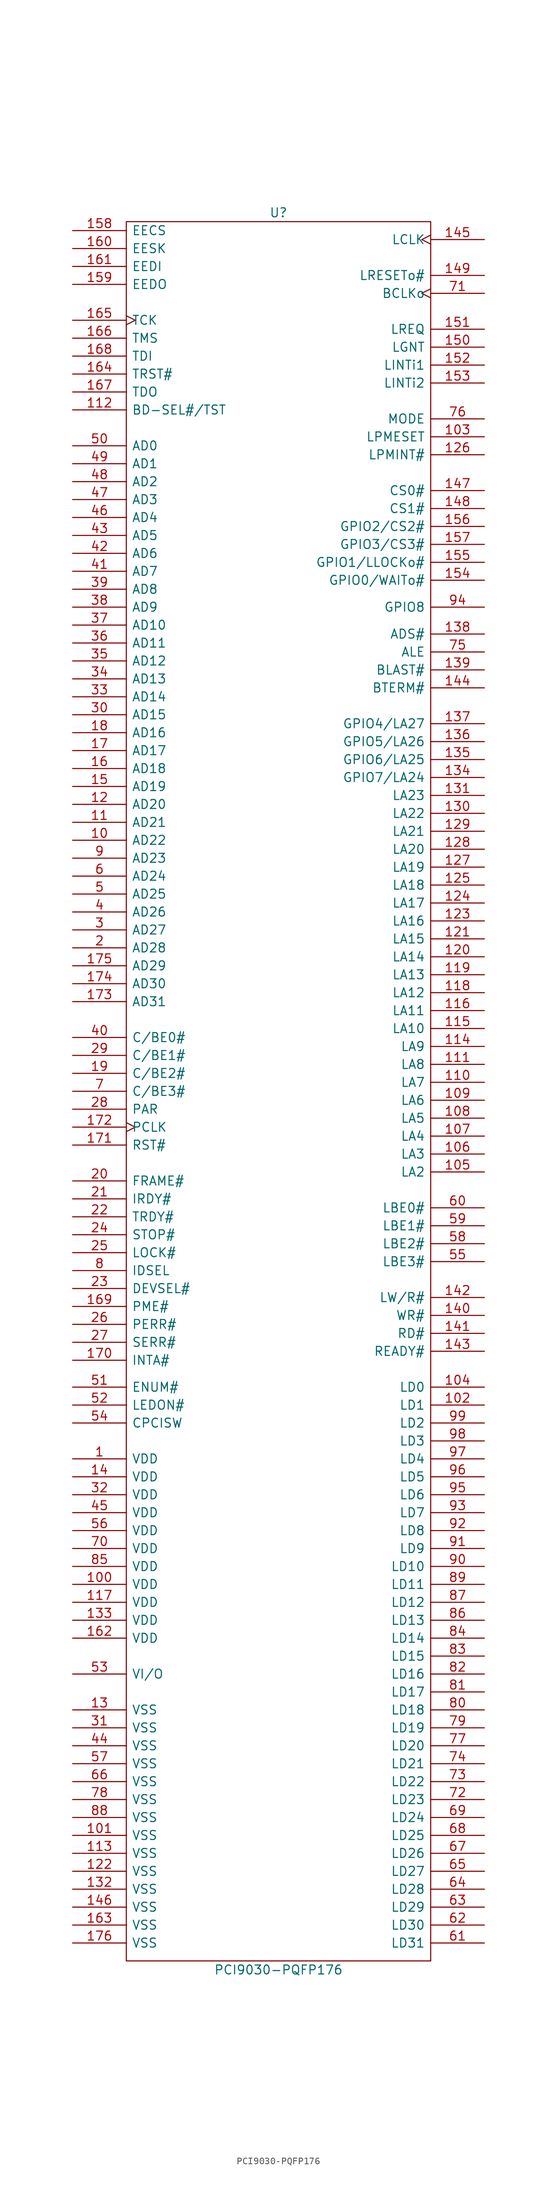
<source format=kicad_sym>
(kicad_symbol_lib
  (version 20231120)
  (generator "kicad_symbol_editor")
  (generator_version "8.0")
  (symbol "PCI9030-PQFP176"
    (pin_names
      (offset 0.762))
    (property "Reference" "U"
      (at 0 124.46 0)
      (effects (font (size 1.27 1.27))))
    (property "Value" "PCI9030-PQFP176"
      (at 0 -124.46 0)
      (effects (font (size 1.27 1.27))))
    (property "Footprint" ""
      (at 0 0 0)
      (effects (font (size 1.27 1.27))))
    (property "Datasheet" ""
      (at 0 0 0)
      (effects (font (size 1.27 1.27))))
    (symbol "PCI9030-PQFP176_0_1"
      (rectangle (start -21.59 123.19) (end 21.59 -123.19) (stroke (width 0) (type solid)) (fill (type none))))
    (symbol "PCI9030-PQFP176_1_1"
      (pin power_in line (at -29.21 -52.07 0) (length 7.62) (name "VDD" (effects (font (size 1.27 1.27)))) (number "1" (effects (font (size 1.27 1.27)))))
      (pin bidirectional line (at -29.21 35.56 0) (length 7.62) (name "AD22" (effects (font (size 1.27 1.27)))) (number "10" (effects (font (size 1.27 1.27)))))
      (pin power_in line (at -29.21 -69.85 0) (length 7.62) (name "VDD" (effects (font (size 1.27 1.27)))) (number "100" (effects (font (size 1.27 1.27)))))
      (pin power_in line (at -29.21 -105.41 0) (length 7.62) (name "VSS" (effects (font (size 1.27 1.27)))) (number "101" (effects (font (size 1.27 1.27)))))
      (pin bidirectional line (at 29.21 -44.45 180) (length 7.62) (name "LD1" (effects (font (size 1.27 1.27)))) (number "102" (effects (font (size 1.27 1.27)))))
      (pin input line (at 29.21 92.71 180) (length 7.62) (name "LPMESET" (effects (font (size 1.27 1.27)))) (number "103" (effects (font (size 1.27 1.27)))))
      (pin bidirectional line (at 29.21 -41.91 180) (length 7.62) (name "LD0" (effects (font (size 1.27 1.27)))) (number "104" (effects (font (size 1.27 1.27)))))
      (pin output line (at 29.21 -11.43 180) (length 7.62) (name "LA2" (effects (font (size 1.27 1.27)))) (number "105" (effects (font (size 1.27 1.27)))))
      (pin output line (at 29.21 -8.89 180) (length 7.62) (name "LA3" (effects (font (size 1.27 1.27)))) (number "106" (effects (font (size 1.27 1.27)))))
      (pin output line (at 29.21 -6.35 180) (length 7.62) (name "LA4" (effects (font (size 1.27 1.27)))) (number "107" (effects (font (size 1.27 1.27)))))
      (pin output line (at 29.21 -3.81 180) (length 7.62) (name "LA5" (effects (font (size 1.27 1.27)))) (number "108" (effects (font (size 1.27 1.27)))))
      (pin output line (at 29.21 -1.27 180) (length 7.62) (name "LA6" (effects (font (size 1.27 1.27)))) (number "109" (effects (font (size 1.27 1.27)))))
      (pin bidirectional line (at -29.21 38.1 0) (length 7.62) (name "AD21" (effects (font (size 1.27 1.27)))) (number "11" (effects (font (size 1.27 1.27)))))
      (pin output line (at 29.21 1.27 180) (length 7.62) (name "LA7" (effects (font (size 1.27 1.27)))) (number "110" (effects (font (size 1.27 1.27)))))
      (pin output line (at 29.21 3.81 180) (length 7.62) (name "LA8" (effects (font (size 1.27 1.27)))) (number "111" (effects (font (size 1.27 1.27)))))
      (pin input line (at -29.21 96.52 0) (length 7.62) (name "BD-SEL#/TST" (effects (font (size 1.27 1.27)))) (number "112" (effects (font (size 1.27 1.27)))))
      (pin power_in line (at -29.21 -107.95 0) (length 7.62) (name "VSS" (effects (font (size 1.27 1.27)))) (number "113" (effects (font (size 1.27 1.27)))))
      (pin output line (at 29.21 6.35 180) (length 7.62) (name "LA9" (effects (font (size 1.27 1.27)))) (number "114" (effects (font (size 1.27 1.27)))))
      (pin input line (at 29.21 8.89 180) (length 7.62) (name "LA10" (effects (font (size 1.27 1.27)))) (number "115" (effects (font (size 1.27 1.27)))))
      (pin output line (at 29.21 11.43 180) (length 7.62) (name "LA11" (effects (font (size 1.27 1.27)))) (number "116" (effects (font (size 1.27 1.27)))))
      (pin power_in line (at -29.21 -72.39 0) (length 7.62) (name "VDD" (effects (font (size 1.27 1.27)))) (number "117" (effects (font (size 1.27 1.27)))))
      (pin output line (at 29.21 13.97 180) (length 7.62) (name "LA12" (effects (font (size 1.27 1.27)))) (number "118" (effects (font (size 1.27 1.27)))))
      (pin output line (at 29.21 16.51 180) (length 7.62) (name "LA13" (effects (font (size 1.27 1.27)))) (number "119" (effects (font (size 1.27 1.27)))))
      (pin bidirectional line (at -29.21 40.64 0) (length 7.62) (name "AD20" (effects (font (size 1.27 1.27)))) (number "12" (effects (font (size 1.27 1.27)))))
      (pin output line (at 29.21 19.05 180) (length 7.62) (name "LA14" (effects (font (size 1.27 1.27)))) (number "120" (effects (font (size 1.27 1.27)))))
      (pin output line (at 29.21 21.59 180) (length 7.62) (name "LA15" (effects (font (size 1.27 1.27)))) (number "121" (effects (font (size 1.27 1.27)))))
      (pin power_in line (at -29.21 -110.49 0) (length 7.62) (name "VSS" (effects (font (size 1.27 1.27)))) (number "122" (effects (font (size 1.27 1.27)))))
      (pin output line (at 29.21 24.13 180) (length 7.62) (name "LA16" (effects (font (size 1.27 1.27)))) (number "123" (effects (font (size 1.27 1.27)))))
      (pin output line (at 29.21 26.67 180) (length 7.62) (name "LA17" (effects (font (size 1.27 1.27)))) (number "124" (effects (font (size 1.27 1.27)))))
      (pin output line (at 29.21 29.21 180) (length 7.62) (name "LA18" (effects (font (size 1.27 1.27)))) (number "125" (effects (font (size 1.27 1.27)))))
      (pin output line (at 29.21 90.17 180) (length 7.62) (name "LPMINT#" (effects (font (size 1.27 1.27)))) (number "126" (effects (font (size 1.27 1.27)))))
      (pin output line (at 29.21 31.75 180) (length 7.62) (name "LA19" (effects (font (size 1.27 1.27)))) (number "127" (effects (font (size 1.27 1.27)))))
      (pin output line (at 29.21 34.29 180) (length 7.62) (name "LA20" (effects (font (size 1.27 1.27)))) (number "128" (effects (font (size 1.27 1.27)))))
      (pin output line (at 29.21 36.83 180) (length 7.62) (name "LA21" (effects (font (size 1.27 1.27)))) (number "129" (effects (font (size 1.27 1.27)))))
      (pin power_in line (at -29.21 -87.63 0) (length 7.62) (name "VSS" (effects (font (size 1.27 1.27)))) (number "13" (effects (font (size 1.27 1.27)))))
      (pin output line (at 29.21 39.37 180) (length 7.62) (name "LA22" (effects (font (size 1.27 1.27)))) (number "130" (effects (font (size 1.27 1.27)))))
      (pin output line (at 29.21 41.91 180) (length 7.62) (name "LA23" (effects (font (size 1.27 1.27)))) (number "131" (effects (font (size 1.27 1.27)))))
      (pin power_in line (at -29.21 -113.03 0) (length 7.62) (name "VSS" (effects (font (size 1.27 1.27)))) (number "132" (effects (font (size 1.27 1.27)))))
      (pin power_in line (at -29.21 -74.93 0) (length 7.62) (name "VDD" (effects (font (size 1.27 1.27)))) (number "133" (effects (font (size 1.27 1.27)))))
      (pin bidirectional line (at 29.21 44.45 180) (length 7.62) (name "GPIO7/LA24" (effects (font (size 1.27 1.27)))) (number "134" (effects (font (size 1.27 1.27)))))
      (pin bidirectional line (at 29.21 46.99 180) (length 7.62) (name "GPIO6/LA25" (effects (font (size 1.27 1.27)))) (number "135" (effects (font (size 1.27 1.27)))))
      (pin bidirectional line (at 29.21 49.53 180) (length 7.62) (name "GPIO5/LA26" (effects (font (size 1.27 1.27)))) (number "136" (effects (font (size 1.27 1.27)))))
      (pin bidirectional line (at 29.21 52.07 180) (length 7.62) (name "GPIO4/LA27" (effects (font (size 1.27 1.27)))) (number "137" (effects (font (size 1.27 1.27)))))
      (pin output line (at 29.21 64.77 180) (length 7.62) (name "ADS#" (effects (font (size 1.27 1.27)))) (number "138" (effects (font (size 1.27 1.27)))))
      (pin output line (at 29.21 59.69 180) (length 7.62) (name "BLAST#" (effects (font (size 1.27 1.27)))) (number "139" (effects (font (size 1.27 1.27)))))
      (pin power_in line (at -29.21 -54.61 0) (length 7.62) (name "VDD" (effects (font (size 1.27 1.27)))) (number "14" (effects (font (size 1.27 1.27)))))
      (pin output line (at 29.21 -31.75 180) (length 7.62) (name "WR#" (effects (font (size 1.27 1.27)))) (number "140" (effects (font (size 1.27 1.27)))))
      (pin output line (at 29.21 -34.29 180) (length 7.62) (name "RD#" (effects (font (size 1.27 1.27)))) (number "141" (effects (font (size 1.27 1.27)))))
      (pin output line (at 29.21 -29.21 180) (length 7.62) (name "LW/R#" (effects (font (size 1.27 1.27)))) (number "142" (effects (font (size 1.27 1.27)))))
      (pin input line (at 29.21 -36.83 180) (length 7.62) (name "READY#" (effects (font (size 1.27 1.27)))) (number "143" (effects (font (size 1.27 1.27)))))
      (pin input line (at 29.21 57.15 180) (length 7.62) (name "BTERM#" (effects (font (size 1.27 1.27)))) (number "144" (effects (font (size 1.27 1.27)))))
      (pin input clock (at 29.21 120.65 180) (length 7.62) (name "LCLK" (effects (font (size 1.27 1.27)))) (number "145" (effects (font (size 1.27 1.27)))))
      (pin power_in line (at -29.21 -115.57 0) (length 7.62) (name "VSS" (effects (font (size 1.27 1.27)))) (number "146" (effects (font (size 1.27 1.27)))))
      (pin output line (at 29.21 85.09 180) (length 7.62) (name "CS0#" (effects (font (size 1.27 1.27)))) (number "147" (effects (font (size 1.27 1.27)))))
      (pin output line (at 29.21 82.55 180) (length 7.62) (name "CS1#" (effects (font (size 1.27 1.27)))) (number "148" (effects (font (size 1.27 1.27)))))
      (pin output line (at 29.21 115.57 180) (length 7.62) (name "LRESETo#" (effects (font (size 1.27 1.27)))) (number "149" (effects (font (size 1.27 1.27)))))
      (pin bidirectional line (at -29.21 43.18 0) (length 7.62) (name "AD19" (effects (font (size 1.27 1.27)))) (number "15" (effects (font (size 1.27 1.27)))))
      (pin output line (at 29.21 105.41 180) (length 7.62) (name "LGNT" (effects (font (size 1.27 1.27)))) (number "150" (effects (font (size 1.27 1.27)))))
      (pin input line (at 29.21 107.95 180) (length 7.62) (name "LREQ" (effects (font (size 1.27 1.27)))) (number "151" (effects (font (size 1.27 1.27)))))
      (pin input line (at 29.21 102.87 180) (length 7.62) (name "LINTi1" (effects (font (size 1.27 1.27)))) (number "152" (effects (font (size 1.27 1.27)))))
      (pin input line (at 29.21 100.33 180) (length 7.62) (name "LINTi2" (effects (font (size 1.27 1.27)))) (number "153" (effects (font (size 1.27 1.27)))))
      (pin bidirectional line (at 29.21 72.39 180) (length 7.62) (name "GPIO0/WAITo#" (effects (font (size 1.27 1.27)))) (number "154" (effects (font (size 1.27 1.27)))))
      (pin bidirectional line (at 29.21 74.93 180) (length 7.62) (name "GPIO1/LLOCKo#" (effects (font (size 1.27 1.27)))) (number "155" (effects (font (size 1.27 1.27)))))
      (pin bidirectional line (at 29.21 80.01 180) (length 7.62) (name "GPIO2/CS2#" (effects (font (size 1.27 1.27)))) (number "156" (effects (font (size 1.27 1.27)))))
      (pin bidirectional line (at 29.21 77.47 180) (length 7.62) (name "GPIO3/CS3#" (effects (font (size 1.27 1.27)))) (number "157" (effects (font (size 1.27 1.27)))))
      (pin output line (at -29.21 121.92 0) (length 7.62) (name "EECS" (effects (font (size 1.27 1.27)))) (number "158" (effects (font (size 1.27 1.27)))))
      (pin input line (at -29.21 114.3 0) (length 7.62) (name "EEDO" (effects (font (size 1.27 1.27)))) (number "159" (effects (font (size 1.27 1.27)))))
      (pin bidirectional line (at -29.21 45.72 0) (length 7.62) (name "AD18" (effects (font (size 1.27 1.27)))) (number "16" (effects (font (size 1.27 1.27)))))
      (pin output line (at -29.21 119.38 0) (length 7.62) (name "EESK" (effects (font (size 1.27 1.27)))) (number "160" (effects (font (size 1.27 1.27)))))
      (pin output line (at -29.21 116.84 0) (length 7.62) (name "EEDI" (effects (font (size 1.27 1.27)))) (number "161" (effects (font (size 1.27 1.27)))))
      (pin power_in line (at -29.21 -77.47 0) (length 7.62) (name "VDD" (effects (font (size 1.27 1.27)))) (number "162" (effects (font (size 1.27 1.27)))))
      (pin power_in line (at -29.21 -118.11 0) (length 7.62) (name "VSS" (effects (font (size 1.27 1.27)))) (number "163" (effects (font (size 1.27 1.27)))))
      (pin input line (at -29.21 101.6 0) (length 7.62) (name "TRST#" (effects (font (size 1.27 1.27)))) (number "164" (effects (font (size 1.27 1.27)))))
      (pin input clock (at -29.21 109.22 0) (length 7.62) (name "TCK" (effects (font (size 1.27 1.27)))) (number "165" (effects (font (size 1.27 1.27)))))
      (pin input line (at -29.21 106.68 0) (length 7.62) (name "TMS" (effects (font (size 1.27 1.27)))) (number "166" (effects (font (size 1.27 1.27)))))
      (pin output line (at -29.21 99.06 0) (length 7.62) (name "TDO" (effects (font (size 1.27 1.27)))) (number "167" (effects (font (size 1.27 1.27)))))
      (pin input line (at -29.21 104.14 0) (length 7.62) (name "TDI" (effects (font (size 1.27 1.27)))) (number "168" (effects (font (size 1.27 1.27)))))
      (pin output line (at -29.21 -30.48 0) (length 7.62) (name "PME#" (effects (font (size 1.27 1.27)))) (number "169" (effects (font (size 1.27 1.27)))))
      (pin bidirectional line (at -29.21 48.26 0) (length 7.62) (name "AD17" (effects (font (size 1.27 1.27)))) (number "17" (effects (font (size 1.27 1.27)))))
      (pin output line (at -29.21 -38.1 0) (length 7.62) (name "INTA#" (effects (font (size 1.27 1.27)))) (number "170" (effects (font (size 1.27 1.27)))))
      (pin input line (at -29.21 -7.62 0) (length 7.62) (name "RST#" (effects (font (size 1.27 1.27)))) (number "171" (effects (font (size 1.27 1.27)))))
      (pin input clock (at -29.21 -5.08 0) (length 7.62) (name "PCLK" (effects (font (size 1.27 1.27)))) (number "172" (effects (font (size 1.27 1.27)))))
      (pin bidirectional line (at -29.21 12.7 0) (length 7.62) (name "AD31" (effects (font (size 1.27 1.27)))) (number "173" (effects (font (size 1.27 1.27)))))
      (pin bidirectional line (at -29.21 15.24 0) (length 7.62) (name "AD30" (effects (font (size 1.27 1.27)))) (number "174" (effects (font (size 1.27 1.27)))))
      (pin bidirectional line (at -29.21 17.78 0) (length 7.62) (name "AD29" (effects (font (size 1.27 1.27)))) (number "175" (effects (font (size 1.27 1.27)))))
      (pin power_in line (at -29.21 -120.65 0) (length 7.62) (name "VSS" (effects (font (size 1.27 1.27)))) (number "176" (effects (font (size 1.27 1.27)))))
      (pin bidirectional line (at -29.21 50.8 0) (length 7.62) (name "AD16" (effects (font (size 1.27 1.27)))) (number "18" (effects (font (size 1.27 1.27)))))
      (pin bidirectional line (at -29.21 2.54 0) (length 7.62) (name "C/BE2#" (effects (font (size 1.27 1.27)))) (number "19" (effects (font (size 1.27 1.27)))))
      (pin bidirectional line (at -29.21 20.32 0) (length 7.62) (name "AD28" (effects (font (size 1.27 1.27)))) (number "2" (effects (font (size 1.27 1.27)))))
      (pin bidirectional line (at -29.21 -12.7 0) (length 7.62) (name "FRAME#" (effects (font (size 1.27 1.27)))) (number "20" (effects (font (size 1.27 1.27)))))
      (pin bidirectional line (at -29.21 -15.24 0) (length 7.62) (name "IRDY#" (effects (font (size 1.27 1.27)))) (number "21" (effects (font (size 1.27 1.27)))))
      (pin bidirectional line (at -29.21 -17.78 0) (length 7.62) (name "TRDY#" (effects (font (size 1.27 1.27)))) (number "22" (effects (font (size 1.27 1.27)))))
      (pin bidirectional line (at -29.21 -27.94 0) (length 7.62) (name "DEVSEL#" (effects (font (size 1.27 1.27)))) (number "23" (effects (font (size 1.27 1.27)))))
      (pin bidirectional line (at -29.21 -20.32 0) (length 7.62) (name "STOP#" (effects (font (size 1.27 1.27)))) (number "24" (effects (font (size 1.27 1.27)))))
      (pin input line (at -29.21 -22.86 0) (length 7.62) (name "LOCK#" (effects (font (size 1.27 1.27)))) (number "25" (effects (font (size 1.27 1.27)))))
      (pin output line (at -29.21 -33.02 0) (length 7.62) (name "PERR#" (effects (font (size 1.27 1.27)))) (number "26" (effects (font (size 1.27 1.27)))))
      (pin output line (at -29.21 -35.56 0) (length 7.62) (name "SERR#" (effects (font (size 1.27 1.27)))) (number "27" (effects (font (size 1.27 1.27)))))
      (pin bidirectional line (at -29.21 -2.54 0) (length 7.62) (name "PAR" (effects (font (size 1.27 1.27)))) (number "28" (effects (font (size 1.27 1.27)))))
      (pin bidirectional line (at -29.21 5.08 0) (length 7.62) (name "C/BE1#" (effects (font (size 1.27 1.27)))) (number "29" (effects (font (size 1.27 1.27)))))
      (pin bidirectional line (at -29.21 22.86 0) (length 7.62) (name "AD27" (effects (font (size 1.27 1.27)))) (number "3" (effects (font (size 1.27 1.27)))))
      (pin bidirectional line (at -29.21 53.34 0) (length 7.62) (name "AD15" (effects (font (size 1.27 1.27)))) (number "30" (effects (font (size 1.27 1.27)))))
      (pin power_in line (at -29.21 -90.17 0) (length 7.62) (name "VSS" (effects (font (size 1.27 1.27)))) (number "31" (effects (font (size 1.27 1.27)))))
      (pin power_in line (at -29.21 -57.15 0) (length 7.62) (name "VDD" (effects (font (size 1.27 1.27)))) (number "32" (effects (font (size 1.27 1.27)))))
      (pin bidirectional line (at -29.21 55.88 0) (length 7.62) (name "AD14" (effects (font (size 1.27 1.27)))) (number "33" (effects (font (size 1.27 1.27)))))
      (pin bidirectional line (at -29.21 58.42 0) (length 7.62) (name "AD13" (effects (font (size 1.27 1.27)))) (number "34" (effects (font (size 1.27 1.27)))))
      (pin bidirectional line (at -29.21 60.96 0) (length 7.62) (name "AD12" (effects (font (size 1.27 1.27)))) (number "35" (effects (font (size 1.27 1.27)))))
      (pin bidirectional line (at -29.21 63.5 0) (length 7.62) (name "AD11" (effects (font (size 1.27 1.27)))) (number "36" (effects (font (size 1.27 1.27)))))
      (pin bidirectional line (at -29.21 66.04 0) (length 7.62) (name "AD10" (effects (font (size 1.27 1.27)))) (number "37" (effects (font (size 1.27 1.27)))))
      (pin bidirectional line (at -29.21 68.58 0) (length 7.62) (name "AD9" (effects (font (size 1.27 1.27)))) (number "38" (effects (font (size 1.27 1.27)))))
      (pin bidirectional line (at -29.21 71.12 0) (length 7.62) (name "AD8" (effects (font (size 1.27 1.27)))) (number "39" (effects (font (size 1.27 1.27)))))
      (pin bidirectional line (at -29.21 25.4 0) (length 7.62) (name "AD26" (effects (font (size 1.27 1.27)))) (number "4" (effects (font (size 1.27 1.27)))))
      (pin bidirectional line (at -29.21 7.62 0) (length 7.62) (name "C/BE0#" (effects (font (size 1.27 1.27)))) (number "40" (effects (font (size 1.27 1.27)))))
      (pin bidirectional line (at -29.21 73.66 0) (length 7.62) (name "AD7" (effects (font (size 1.27 1.27)))) (number "41" (effects (font (size 1.27 1.27)))))
      (pin bidirectional line (at -29.21 76.2 0) (length 7.62) (name "AD6" (effects (font (size 1.27 1.27)))) (number "42" (effects (font (size 1.27 1.27)))))
      (pin bidirectional line (at -29.21 78.74 0) (length 7.62) (name "AD5" (effects (font (size 1.27 1.27)))) (number "43" (effects (font (size 1.27 1.27)))))
      (pin power_in line (at -29.21 -92.71 0) (length 7.62) (name "VSS" (effects (font (size 1.27 1.27)))) (number "44" (effects (font (size 1.27 1.27)))))
      (pin power_in line (at -29.21 -59.69 0) (length 7.62) (name "VDD" (effects (font (size 1.27 1.27)))) (number "45" (effects (font (size 1.27 1.27)))))
      (pin bidirectional line (at -29.21 81.28 0) (length 7.62) (name "AD4" (effects (font (size 1.27 1.27)))) (number "46" (effects (font (size 1.27 1.27)))))
      (pin bidirectional line (at -29.21 83.82 0) (length 7.62) (name "AD3" (effects (font (size 1.27 1.27)))) (number "47" (effects (font (size 1.27 1.27)))))
      (pin bidirectional line (at -29.21 86.36 0) (length 7.62) (name "AD2" (effects (font (size 1.27 1.27)))) (number "48" (effects (font (size 1.27 1.27)))))
      (pin bidirectional line (at -29.21 88.9 0) (length 7.62) (name "AD1" (effects (font (size 1.27 1.27)))) (number "49" (effects (font (size 1.27 1.27)))))
      (pin bidirectional line (at -29.21 27.94 0) (length 7.62) (name "AD25" (effects (font (size 1.27 1.27)))) (number "5" (effects (font (size 1.27 1.27)))))
      (pin bidirectional line (at -29.21 91.44 0) (length 7.62) (name "AD0" (effects (font (size 1.27 1.27)))) (number "50" (effects (font (size 1.27 1.27)))))
      (pin output line (at -29.21 -41.91 0) (length 7.62) (name "ENUM#" (effects (font (size 1.27 1.27)))) (number "51" (effects (font (size 1.27 1.27)))))
      (pin output line (at -29.21 -44.45 0) (length 7.62) (name "LEDON#" (effects (font (size 1.27 1.27)))) (number "52" (effects (font (size 1.27 1.27)))))
      (pin power_in line (at -29.21 -82.55 0) (length 7.62) (name "VI/O" (effects (font (size 1.27 1.27)))) (number "53" (effects (font (size 1.27 1.27)))))
      (pin input line (at -29.21 -46.99 0) (length 7.62) (name "CPCISW" (effects (font (size 1.27 1.27)))) (number "54" (effects (font (size 1.27 1.27)))))
      (pin output line (at 29.21 -24.13 180) (length 7.62) (name "LBE3#" (effects (font (size 1.27 1.27)))) (number "55" (effects (font (size 1.27 1.27)))))
      (pin power_in line (at -29.21 -62.23 0) (length 7.62) (name "VDD" (effects (font (size 1.27 1.27)))) (number "56" (effects (font (size 1.27 1.27)))))
      (pin power_in line (at -29.21 -95.25 0) (length 7.62) (name "VSS" (effects (font (size 1.27 1.27)))) (number "57" (effects (font (size 1.27 1.27)))))
      (pin output line (at 29.21 -21.59 180) (length 7.62) (name "LBE2#" (effects (font (size 1.27 1.27)))) (number "58" (effects (font (size 1.27 1.27)))))
      (pin output line (at 29.21 -19.05 180) (length 7.62) (name "LBE1#" (effects (font (size 1.27 1.27)))) (number "59" (effects (font (size 1.27 1.27)))))
      (pin bidirectional line (at -29.21 30.48 0) (length 7.62) (name "AD24" (effects (font (size 1.27 1.27)))) (number "6" (effects (font (size 1.27 1.27)))))
      (pin output line (at 29.21 -16.51 180) (length 7.62) (name "LBE0#" (effects (font (size 1.27 1.27)))) (number "60" (effects (font (size 1.27 1.27)))))
      (pin bidirectional line (at 29.21 -120.65 180) (length 7.62) (name "LD31" (effects (font (size 1.27 1.27)))) (number "61" (effects (font (size 1.27 1.27)))))
      (pin bidirectional line (at 29.21 -118.11 180) (length 7.62) (name "LD30" (effects (font (size 1.27 1.27)))) (number "62" (effects (font (size 1.27 1.27)))))
      (pin bidirectional line (at 29.21 -115.57 180) (length 7.62) (name "LD29" (effects (font (size 1.27 1.27)))) (number "63" (effects (font (size 1.27 1.27)))))
      (pin bidirectional line (at 29.21 -113.03 180) (length 7.62) (name "LD28" (effects (font (size 1.27 1.27)))) (number "64" (effects (font (size 1.27 1.27)))))
      (pin bidirectional line (at 29.21 -110.49 180) (length 7.62) (name "LD27" (effects (font (size 1.27 1.27)))) (number "65" (effects (font (size 1.27 1.27)))))
      (pin power_in line (at -29.21 -97.79 0) (length 7.62) (name "VSS" (effects (font (size 1.27 1.27)))) (number "66" (effects (font (size 1.27 1.27)))))
      (pin bidirectional line (at 29.21 -107.95 180) (length 7.62) (name "LD26" (effects (font (size 1.27 1.27)))) (number "67" (effects (font (size 1.27 1.27)))))
      (pin bidirectional line (at 29.21 -105.41 180) (length 7.62) (name "LD25" (effects (font (size 1.27 1.27)))) (number "68" (effects (font (size 1.27 1.27)))))
      (pin bidirectional line (at 29.21 -102.87 180) (length 7.62) (name "LD24" (effects (font (size 1.27 1.27)))) (number "69" (effects (font (size 1.27 1.27)))))
      (pin bidirectional line (at -29.21 0 0) (length 7.62) (name "C/BE3#" (effects (font (size 1.27 1.27)))) (number "7" (effects (font (size 1.27 1.27)))))
      (pin power_in line (at -29.21 -64.77 0) (length 7.62) (name "VDD" (effects (font (size 1.27 1.27)))) (number "70" (effects (font (size 1.27 1.27)))))
      (pin output clock (at 29.21 113.03 180) (length 7.62) (name "BCLKo" (effects (font (size 1.27 1.27)))) (number "71" (effects (font (size 1.27 1.27)))))
      (pin bidirectional line (at 29.21 -100.33 180) (length 7.62) (name "LD23" (effects (font (size 1.27 1.27)))) (number "72" (effects (font (size 1.27 1.27)))))
      (pin bidirectional line (at 29.21 -97.79 180) (length 7.62) (name "LD22" (effects (font (size 1.27 1.27)))) (number "73" (effects (font (size 1.27 1.27)))))
      (pin bidirectional line (at 29.21 -95.25 180) (length 7.62) (name "LD21" (effects (font (size 1.27 1.27)))) (number "74" (effects (font (size 1.27 1.27)))))
      (pin output line (at 29.21 62.23 180) (length 7.62) (name "ALE" (effects (font (size 1.27 1.27)))) (number "75" (effects (font (size 1.27 1.27)))))
      (pin input line (at 29.21 95.25 180) (length 7.62) (name "MODE" (effects (font (size 1.27 1.27)))) (number "76" (effects (font (size 1.27 1.27)))))
      (pin bidirectional line (at 29.21 -92.71 180) (length 7.62) (name "LD20" (effects (font (size 1.27 1.27)))) (number "77" (effects (font (size 1.27 1.27)))))
      (pin power_in line (at -29.21 -100.33 0) (length 7.62) (name "VSS" (effects (font (size 1.27 1.27)))) (number "78" (effects (font (size 1.27 1.27)))))
      (pin bidirectional line (at 29.21 -90.17 180) (length 7.62) (name "LD19" (effects (font (size 1.27 1.27)))) (number "79" (effects (font (size 1.27 1.27)))))
      (pin input line (at -29.21 -25.4 0) (length 7.62) (name "IDSEL" (effects (font (size 1.27 1.27)))) (number "8" (effects (font (size 1.27 1.27)))))
      (pin bidirectional line (at 29.21 -87.63 180) (length 7.62) (name "LD18" (effects (font (size 1.27 1.27)))) (number "80" (effects (font (size 1.27 1.27)))))
      (pin bidirectional line (at 29.21 -85.09 180) (length 7.62) (name "LD17" (effects (font (size 1.27 1.27)))) (number "81" (effects (font (size 1.27 1.27)))))
      (pin bidirectional line (at 29.21 -82.55 180) (length 7.62) (name "LD16" (effects (font (size 1.27 1.27)))) (number "82" (effects (font (size 1.27 1.27)))))
      (pin bidirectional line (at 29.21 -80.01 180) (length 7.62) (name "LD15" (effects (font (size 1.27 1.27)))) (number "83" (effects (font (size 1.27 1.27)))))
      (pin bidirectional line (at 29.21 -77.47 180) (length 7.62) (name "LD14" (effects (font (size 1.27 1.27)))) (number "84" (effects (font (size 1.27 1.27)))))
      (pin power_in line (at -29.21 -67.31 0) (length 7.62) (name "VDD" (effects (font (size 1.27 1.27)))) (number "85" (effects (font (size 1.27 1.27)))))
      (pin bidirectional line (at 29.21 -74.93 180) (length 7.62) (name "LD13" (effects (font (size 1.27 1.27)))) (number "86" (effects (font (size 1.27 1.27)))))
      (pin bidirectional line (at 29.21 -72.39 180) (length 7.62) (name "LD12" (effects (font (size 1.27 1.27)))) (number "87" (effects (font (size 1.27 1.27)))))
      (pin power_in line (at -29.21 -102.87 0) (length 7.62) (name "VSS" (effects (font (size 1.27 1.27)))) (number "88" (effects (font (size 1.27 1.27)))))
      (pin bidirectional line (at 29.21 -69.85 180) (length 7.62) (name "LD11" (effects (font (size 1.27 1.27)))) (number "89" (effects (font (size 1.27 1.27)))))
      (pin bidirectional line (at -29.21 33.02 0) (length 7.62) (name "AD23" (effects (font (size 1.27 1.27)))) (number "9" (effects (font (size 1.27 1.27)))))
      (pin bidirectional line (at 29.21 -67.31 180) (length 7.62) (name "LD10" (effects (font (size 1.27 1.27)))) (number "90" (effects (font (size 1.27 1.27)))))
      (pin bidirectional line (at 29.21 -64.77 180) (length 7.62) (name "LD9" (effects (font (size 1.27 1.27)))) (number "91" (effects (font (size 1.27 1.27)))))
      (pin bidirectional line (at 29.21 -62.23 180) (length 7.62) (name "LD8" (effects (font (size 1.27 1.27)))) (number "92" (effects (font (size 1.27 1.27)))))
      (pin bidirectional line (at 29.21 -59.69 180) (length 7.62) (name "LD7" (effects (font (size 1.27 1.27)))) (number "93" (effects (font (size 1.27 1.27)))))
      (pin bidirectional line (at 29.21 68.58 180) (length 7.62) (name "GPIO8" (effects (font (size 1.27 1.27)))) (number "94" (effects (font (size 1.27 1.27)))))
      (pin bidirectional line (at 29.21 -57.15 180) (length 7.62) (name "LD6" (effects (font (size 1.27 1.27)))) (number "95" (effects (font (size 1.27 1.27)))))
      (pin bidirectional line (at 29.21 -54.61 180) (length 7.62) (name "LD5" (effects (font (size 1.27 1.27)))) (number "96" (effects (font (size 1.27 1.27)))))
      (pin bidirectional line (at 29.21 -52.07 180) (length 7.62) (name "LD4" (effects (font (size 1.27 1.27)))) (number "97" (effects (font (size 1.27 1.27)))))
      (pin bidirectional line (at 29.21 -49.53 180) (length 7.62) (name "LD3" (effects (font (size 1.27 1.27)))) (number "98" (effects (font (size 1.27 1.27)))))
      (pin bidirectional line (at 29.21 -46.99 180) (length 7.62) (name "LD2" (effects (font (size 1.27 1.27)))) (number "99" (effects (font (size 1.27 1.27))))))))
</source>
